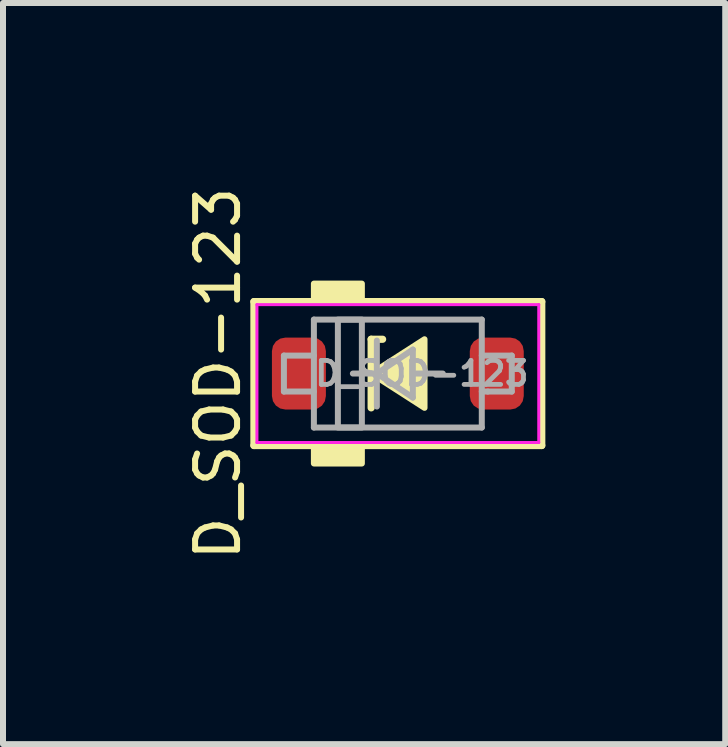
<source format=kicad_pcb>
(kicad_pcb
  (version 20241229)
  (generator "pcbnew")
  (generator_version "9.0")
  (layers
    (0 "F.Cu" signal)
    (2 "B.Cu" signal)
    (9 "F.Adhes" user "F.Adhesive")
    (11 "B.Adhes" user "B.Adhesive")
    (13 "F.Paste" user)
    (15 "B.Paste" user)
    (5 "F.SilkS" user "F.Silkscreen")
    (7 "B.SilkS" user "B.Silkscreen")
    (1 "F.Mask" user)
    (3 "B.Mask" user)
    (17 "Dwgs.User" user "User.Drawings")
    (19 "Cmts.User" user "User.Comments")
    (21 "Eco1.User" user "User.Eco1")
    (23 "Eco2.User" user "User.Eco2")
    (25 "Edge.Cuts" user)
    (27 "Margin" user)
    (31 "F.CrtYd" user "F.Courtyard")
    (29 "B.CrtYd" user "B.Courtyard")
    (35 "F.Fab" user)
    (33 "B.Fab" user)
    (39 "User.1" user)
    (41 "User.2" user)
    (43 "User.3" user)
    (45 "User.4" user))
  (footprint "D_SOD-123"
    (layer "F.Cu")
    (at 3.585 3.18)
    (property "Reference" "D_SOD-123" (at -3 0 90) (layer "F.SilkS") (effects (font (size 0.7 0.7) (thickness 0.1))))
    (attr smd)
    (fp_line (start -2.4 -1.2) (end -2.4 1.2) (stroke (width 0.12) (type solid)) (layer "F.SilkS"))
    (fp_line (start -2.4 1.2) (end 2.4 1.2) (stroke (width 0.12) (type solid)) (layer "F.SilkS"))
    (fp_line (start -0.445 -0.572) (end -0.445 0.572) (stroke (width 0.12) (type solid)) (layer "F.SilkS"))
    (fp_line (start -0.445 -0.572) (end -0.254 -0.572) (stroke (width 0.12) (type solid)) (layer "F.SilkS"))
    (fp_line (start 2.4 -1.2) (end -2.4 -1.2) (stroke (width 0.12) (type solid)) (layer "F.SilkS"))
    (fp_line (start 2.4 1.2) (end 2.4 -1.2) (stroke (width 0.12) (type solid)) (layer "F.SilkS"))
    (fp_poly (pts (xy 0.445 0.572) (xy -0.445 0) (xy 0.445 -0.572)) (stroke (width 0.1) (type solid)) (fill yes) (layer "F.SilkS"))
    (fp_poly (pts (xy -0.6 -1.2) (xy -1.4 -1.2) (xy -1.4 -1.5) (xy -0.6 -1.5)) (stroke (width 0.1) (type solid)) (fill yes) (layer "F.SilkS"))
    (fp_poly (pts (xy -0.6 1.5) (xy -1.4 1.5) (xy -1.4 1.2) (xy -0.6 1.2)) (stroke (width 0.1) (type solid)) (fill yes) (layer "F.SilkS"))
    (fp_line (start -2.35 -1.15) (end -2.35 1.15) (stroke (width 0.05) (type solid)) (layer "F.CrtYd"))
    (fp_line (start -2.35 -1.15) (end 2.35 -1.15) (stroke (width 0.05) (type solid)) (layer "F.CrtYd"))
    (fp_line (start 2.35 -1.15) (end 2.35 1.15) (stroke (width 0.05) (type solid)) (layer "F.CrtYd"))
    (fp_line (start 2.35 1.15) (end -2.35 1.15) (stroke (width 0.05) (type solid)) (layer "F.CrtYd"))
    (fp_line (start -1.9 -0.3) (end -1.9 0.3) (stroke (width 0.1) (type solid)) (layer "F.Fab"))
    (fp_line (start -1.9 0.3) (end -1.4 0.3) (stroke (width 0.1) (type solid)) (layer "F.Fab"))
    (fp_line (start -1.4 -0.9) (end 1.4 -0.9) (stroke (width 0.1) (type solid)) (layer "F.Fab"))
    (fp_line (start -1.4 -0.3) (end -1.9 -0.3) (stroke (width 0.1) (type solid)) (layer "F.Fab"))
    (fp_line (start -1.4 0.9) (end -1.4 -0.9) (stroke (width 0.1) (type solid)) (layer "F.Fab"))
    (fp_line (start -0.75 0) (end -0.35 0) (stroke (width 0.1) (type solid)) (layer "F.Fab"))
    (fp_line (start -0.35 0) (end -0.35 -0.55) (stroke (width 0.1) (type solid)) (layer "F.Fab"))
    (fp_line (start -0.35 0) (end -0.35 0.55) (stroke (width 0.1) (type solid)) (layer "F.Fab"))
    (fp_line (start -0.35 0) (end 0.25 -0.4) (stroke (width 0.1) (type solid)) (layer "F.Fab"))
    (fp_line (start 0.25 -0.4) (end 0.25 0.4) (stroke (width 0.1) (type solid)) (layer "F.Fab"))
    (fp_line (start 0.25 0) (end 0.75 0) (stroke (width 0.1) (type solid)) (layer "F.Fab"))
    (fp_line (start 0.25 0.4) (end -0.35 0) (stroke (width 0.1) (type solid)) (layer "F.Fab"))
    (fp_line (start 1.4 -0.9) (end 1.4 0.9) (stroke (width 0.1) (type solid)) (layer "F.Fab"))
    (fp_line (start 1.4 -0.3) (end 1.9 -0.3) (stroke (width 0.1) (type solid)) (layer "F.Fab"))
    (fp_line (start 1.4 0.9) (end -1.4 0.9) (stroke (width 0.1) (type solid)) (layer "F.Fab"))
    (fp_line (start 1.5 0.3) (end 1.4 0.3) (stroke (width 0.1) (type solid)) (layer "F.Fab"))
    (fp_line (start 1.9 -0.3) (end 1.9 0.3) (stroke (width 0.1) (type solid)) (layer "F.Fab"))
    (fp_line (start 1.9 0.3) (end 1.5 0.3) (stroke (width 0.1) (type solid)) (layer "F.Fab"))
    (fp_rect (start -1 -0.9) (end -0.6 0.9) (stroke (width 0.1) (type solid)) (fill no) (layer "F.Fab"))
    (fp_text user "${REFERENCE}" (at 0.4 0 0) (layer "F.Fab") (effects (font (size 0.4 0.4) (thickness 0.08))))
    (pad "1" smd roundrect (at -1.65 0) (size 0.9 1.2) (layers "F.Cu" "F.Mask" "F.Paste") (roundrect_rratio 0.25))
    (pad "2" smd roundrect (at 1.65 0) (size 0.9 1.2) (layers "F.Cu" "F.Mask" "F.Paste") (roundrect_rratio 0.25)))
  (gr_rect
    (start -3 -3)
    (end 9.045 9.36)
    (stroke (width 0.1) (type default))
    (fill no)
    (layer "Edge.Cuts")))
</source>
